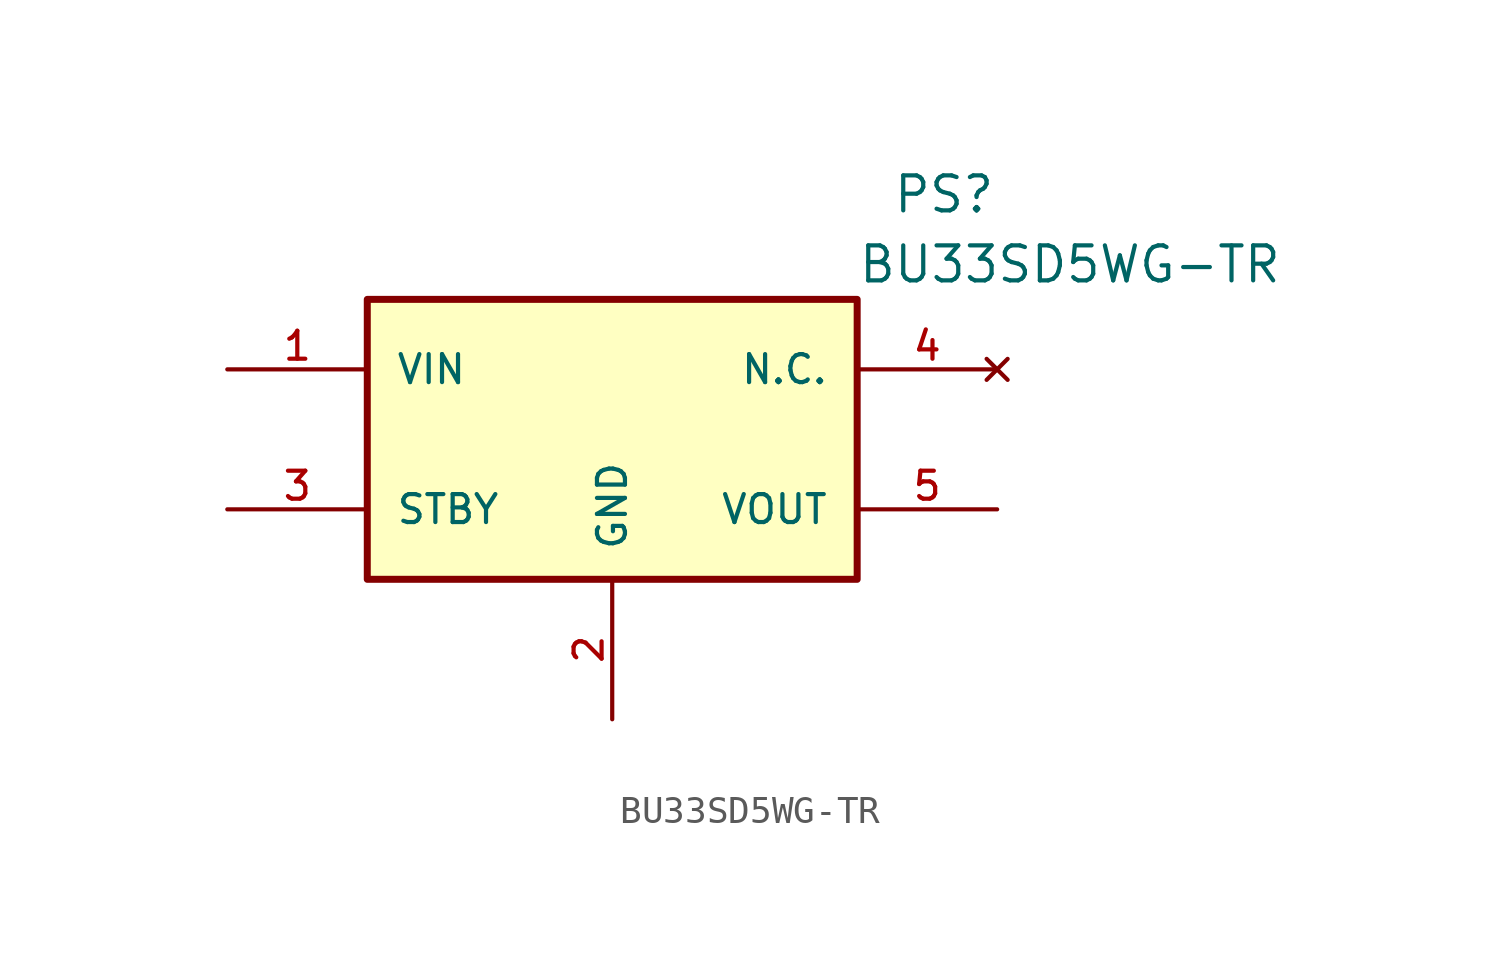
<source format=kicad_sym>
(kicad_symbol_lib
  (version 20241209)
  (generator "kicad_symbol_editor")
  (generator_version "9.0")
  (symbol "BU33SD5WG-TR"
    (pin_names
      (offset 1.016))
    (property "Reference" "PS"
      (at 24.13 6.35 0)
      (effects (font (size 1.27 1.27)) (justify left)))
    (property "Value" "BU33SD5WG-TR"
      (at 22.86 3.81 0)
      (effects (font (size 1.27 1.27)) (justify left)))
    (symbol "BU33SD5WG-TR_0_0"
      (rectangle (start 5.08 2.54) (end 22.86 -7.62) (stroke (width 0.254) (type default)) (fill (type background)))
      (pin no_connect line (at 27.94 0 180) (length 5.08) (name "N.C." (effects (font (size 1.016 1.016)))) (number "4" (effects (font (size 1.016 1.016))))))
    (symbol "BU33SD5WG-TR_1_0"
      (pin power_in line (at 0 0 0) (length 5.08) (name "VIN" (effects (font (size 1.016 1.016)))) (number "1" (effects (font (size 1.016 1.016)))))
      (pin power_in line (at 0 -5.08 0) (length 5.08) (name "STBY" (effects (font (size 1.016 1.016)))) (number "3" (effects (font (size 1.016 1.016)))))
      (pin power_in line (at 13.97 -12.7 90) (length 5.08) (name "GND" (effects (font (size 1.016 1.016)))) (number "2" (effects (font (size 1.016 1.016)))))
      (pin power_out line (at 27.94 -5.08 180) (length 5.08) (name "VOUT" (effects (font (size 1.016 1.016)))) (number "5" (effects (font (size 1.016 1.016))))))))
</source>
